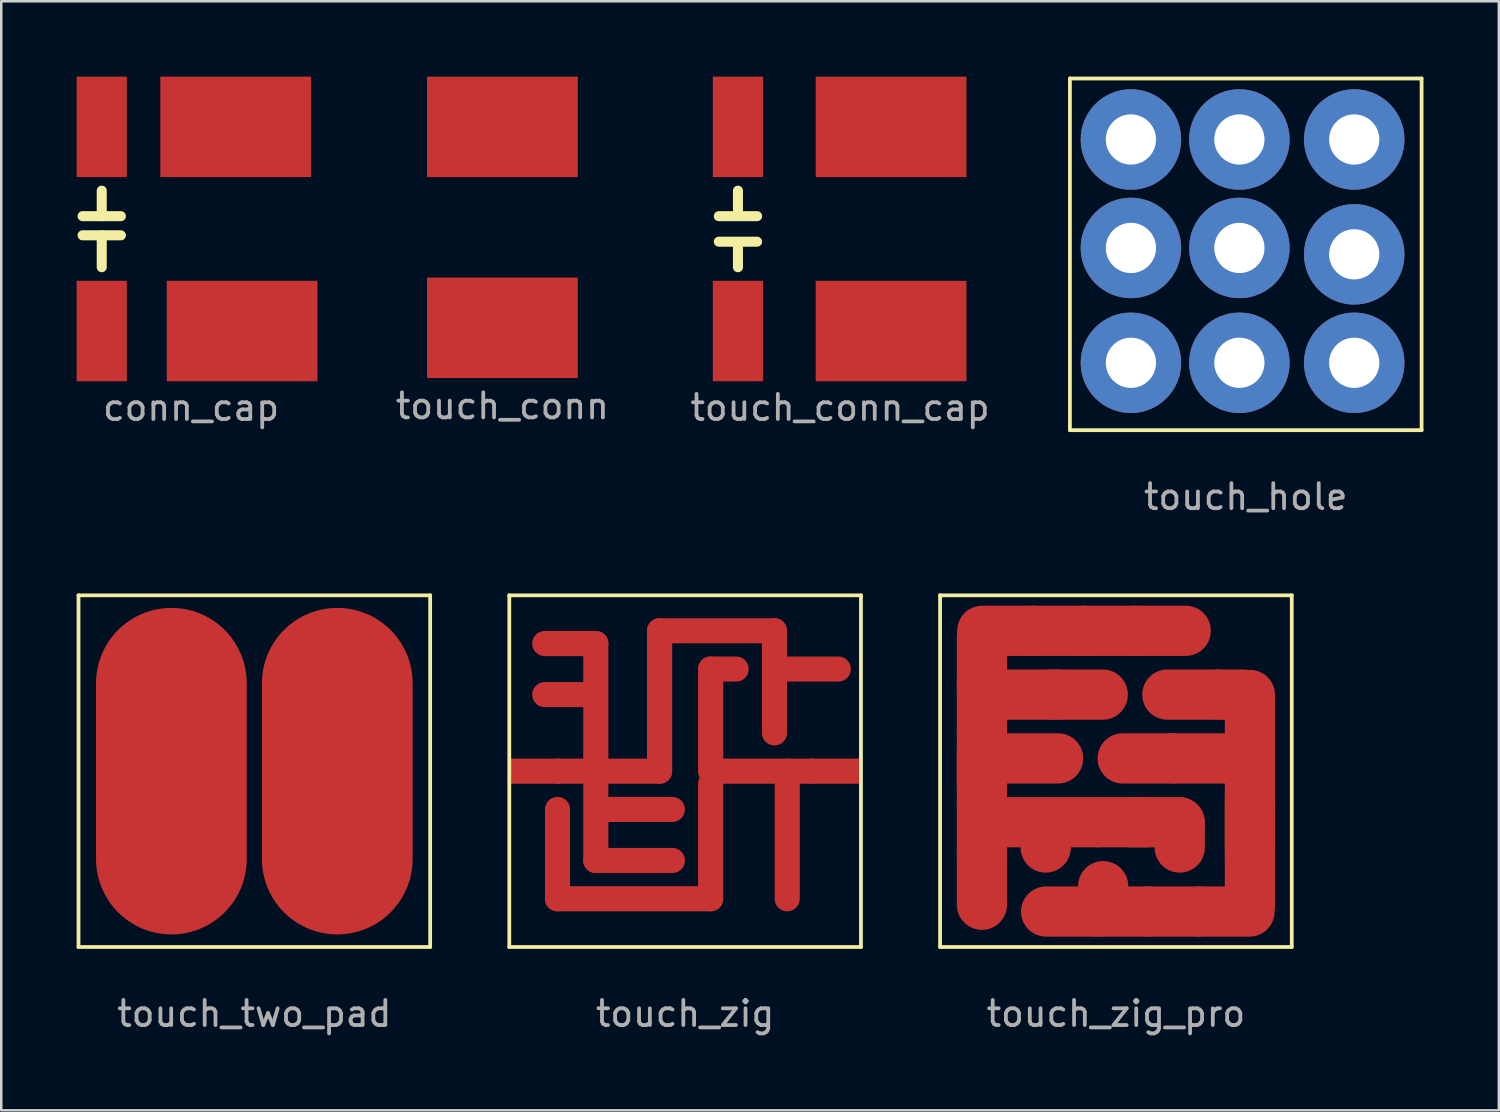
<source format=kicad_pcb>
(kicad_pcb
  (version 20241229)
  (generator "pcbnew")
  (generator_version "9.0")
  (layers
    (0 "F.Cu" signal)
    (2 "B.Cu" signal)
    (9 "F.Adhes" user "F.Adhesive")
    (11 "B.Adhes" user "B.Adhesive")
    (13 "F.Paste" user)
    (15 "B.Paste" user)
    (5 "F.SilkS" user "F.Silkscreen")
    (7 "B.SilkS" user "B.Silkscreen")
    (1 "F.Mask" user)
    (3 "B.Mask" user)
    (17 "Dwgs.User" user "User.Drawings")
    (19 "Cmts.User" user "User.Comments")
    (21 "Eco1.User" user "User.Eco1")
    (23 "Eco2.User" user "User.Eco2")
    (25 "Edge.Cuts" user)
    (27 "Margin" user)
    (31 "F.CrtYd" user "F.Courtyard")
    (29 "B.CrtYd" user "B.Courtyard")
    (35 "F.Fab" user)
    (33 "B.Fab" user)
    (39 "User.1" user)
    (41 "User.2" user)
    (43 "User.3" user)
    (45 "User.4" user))
  (footprint "conn_cap"
    (layer "F.Cu")
    (at 4.556 6.064)
    (property "Reference" "conn_cap" (at 0 7.112 0) (layer "F.Fab") (effects (font (size 1 1) (thickness 0.15))))
    (attr through_hole)
    (fp_line (start -4.318 -0.508) (end -2.794 -0.508) (stroke (width 0.4) (type solid)) (layer "F.SilkS"))
    (fp_line (start -4.318 0.254) (end -2.794 0.254) (stroke (width 0.4) (type solid)) (layer "F.SilkS"))
    (fp_line (start -3.556 -1.524) (end -3.556 -0.508) (stroke (width 0.4) (type solid)) (layer "F.SilkS"))
    (fp_line (start -3.556 0.254) (end -3.556 1.524) (stroke (width 0.4) (type solid)) (layer "F.SilkS"))
    (pad "1" smd rect (at -3.556 -4.064) (size 2 4) (layers "F.Cu" "F.Mask" "F.Paste"))
    (pad "1" smd rect (at 1.778 -4.064) (size 6 4) (layers "F.Cu" "F.Mask" "F.Paste"))
    (pad "2" smd rect (at -3.556 4.064) (size 2 4) (layers "F.Cu" "F.Mask" "F.Paste"))
    (pad "2" smd rect (at 2.032 4.064) (size 6 4) (layers "F.Cu" "F.Mask" "F.Paste")))
  (footprint "touch_zig"
    (layer "F.Cu")
    (at 24.225 27.65)
    (property "Reference" "touch_zig" (at 0 9.652 0) (layer "F.Fab") (effects (font (size 1 1) (thickness 0.15))))
    (attr through_hole)
    (fp_line (start -5.08 0) (end -1.016 0) (stroke (width 1) (type solid)) (layer "F.Cu"))
    (fp_line (start -5.08 5.08) (end -5.08 1.524) (stroke (width 1) (type solid)) (layer "F.Cu"))
    (fp_line (start -4.064 -3.048) (end -5.588 -3.048) (stroke (width 1) (type solid)) (layer "F.Cu"))
    (fp_line (start -3.556 -5.08) (end -5.588 -5.08) (stroke (width 1) (type solid)) (layer "F.Cu"))
    (fp_line (start -3.556 -0.508) (end -3.556 -5.08) (stroke (width 1) (type solid)) (layer "F.Cu"))
    (fp_line (start -3.556 0.508) (end -3.556 3.556) (stroke (width 1) (type solid)) (layer "F.Cu"))
    (fp_line (start -3.556 3.556) (end -0.508 3.556) (stroke (width 1) (type solid)) (layer "F.Cu"))
    (fp_line (start -3.048 1.524) (end -0.508 1.524) (stroke (width 1) (type solid)) (layer "F.Cu"))
    (fp_line (start -1.016 -5.588) (end 3.556 -5.588) (stroke (width 1) (type solid)) (layer "F.Cu"))
    (fp_line (start -1.016 0) (end -1.016 -5.588) (stroke (width 1) (type solid)) (layer "F.Cu"))
    (fp_line (start 1.016 -4.064) (end 2.032 -4.064) (stroke (width 1) (type solid)) (layer "F.Cu"))
    (fp_line (start 1.016 0) (end 1.016 -4.064) (stroke (width 1) (type solid)) (layer "F.Cu"))
    (fp_line (start 1.016 0.508) (end 1.016 5.08) (stroke (width 1) (type solid)) (layer "F.Cu"))
    (fp_line (start 1.016 5.08) (end -5.08 5.08) (stroke (width 1) (type solid)) (layer "F.Cu"))
    (fp_line (start 3.556 -5.588) (end 3.556 -1.524) (stroke (width 1) (type solid)) (layer "F.Cu"))
    (fp_line (start 4.064 -4.064) (end 6.096 -4.064) (stroke (width 1) (type solid)) (layer "F.Cu"))
    (fp_line (start 4.064 0) (end 4.064 5.08) (stroke (width 1) (type solid)) (layer "F.Cu"))
    (fp_line (start 5.08 0) (end 1.016 0) (stroke (width 1) (type solid)) (layer "F.Cu"))
    (fp_line (start -5.08 0) (end -1.016 0) (stroke (width 1) (type solid)) (layer "F.Mask"))
    (fp_line (start -5.08 5.08) (end -5.08 1.524) (stroke (width 1) (type solid)) (layer "F.Mask"))
    (fp_line (start -4.064 -3.048) (end -5.588 -3.048) (stroke (width 1) (type solid)) (layer "F.Mask"))
    (fp_line (start -3.556 -5.08) (end -5.588 -5.08) (stroke (width 1) (type solid)) (layer "F.Mask"))
    (fp_line (start -3.556 -0.508) (end -3.556 -5.08) (stroke (width 1) (type solid)) (layer "F.Mask"))
    (fp_line (start -3.556 0.508) (end -3.556 3.556) (stroke (width 1) (type solid)) (layer "F.Mask"))
    (fp_line (start -3.556 3.556) (end -0.508 3.556) (stroke (width 1) (type solid)) (layer "F.Mask"))
    (fp_line (start -3.048 1.524) (end -0.508 1.524) (stroke (width 1) (type solid)) (layer "F.Mask"))
    (fp_line (start -1.016 -5.588) (end 3.556 -5.588) (stroke (width 1) (type solid)) (layer "F.Mask"))
    (fp_line (start -1.016 0) (end -1.016 -5.588) (stroke (width 1) (type solid)) (layer "F.Mask"))
    (fp_line (start 1.016 -4.064) (end 2.032 -4.064) (stroke (width 1) (type solid)) (layer "F.Mask"))
    (fp_line (start 1.016 0) (end 1.016 -4.064) (stroke (width 1) (type solid)) (layer "F.Mask"))
    (fp_line (start 1.016 0.508) (end 1.016 5.08) (stroke (width 1) (type solid)) (layer "F.Mask"))
    (fp_line (start 1.016 5.08) (end -5.08 5.08) (stroke (width 1) (type solid)) (layer "F.Mask"))
    (fp_line (start 3.556 -5.588) (end 3.556 -1.524) (stroke (width 1) (type solid)) (layer "F.Mask"))
    (fp_line (start 4.064 -4.064) (end 6.096 -4.064) (stroke (width 1) (type solid)) (layer "F.Mask"))
    (fp_line (start 4.064 0) (end 4.064 5.08) (stroke (width 1) (type solid)) (layer "F.Mask"))
    (fp_line (start 5.08 0) (end 1.016 0) (stroke (width 1) (type solid)) (layer "F.Mask"))
    (fp_line (start -7 -7) (end 7 -7) (stroke (width 0.15) (type solid)) (layer "F.SilkS"))
    (fp_line (start -7 7) (end -7 -7) (stroke (width 0.15) (type solid)) (layer "F.SilkS"))
    (fp_line (start -7 7) (end 7 7) (stroke (width 0.15) (type solid)) (layer "F.SilkS"))
    (fp_line (start 7 7) (end 7 -7) (stroke (width 0.15) (type solid)) (layer "F.SilkS"))
    (pad "1" smd rect (at -5.969 0) (size 2 1) (layers "F.Cu" "F.Mask" "F.Paste"))
    (pad "2" smd rect (at 5.969 0) (size 2 1) (layers "F.Cu" "F.Mask" "F.Paste")))
  (footprint "touch_zig_pro"
    (layer "F.Cu")
    (at 41.375 27.65)
    (property "Reference" "touch_zig_pro" (at 0 9.652 0) (layer "F.Fab") (effects (font (size 1 1) (thickness 0.15))))
    (attr through_hole)
    (fp_line (start -7 -7) (end 7 -7) (stroke (width 0.15) (type solid)) (layer "F.SilkS"))
    (fp_line (start -7 7) (end -7 -7) (stroke (width 0.15) (type solid)) (layer "F.SilkS"))
    (fp_line (start -7 7) (end 7 7) (stroke (width 0.15) (type solid)) (layer "F.SilkS"))
    (fp_line (start 7 7) (end 7 -7) (stroke (width 0.15) (type solid)) (layer "F.SilkS"))
    (pad "1" smd oval (at -5.334 -4.318) (size 2 4) (layers "F.Cu" "F.Mask" "F.Paste"))
    (pad "1" smd oval (at -5.334 -2.54) (size 2 4) (layers "F.Cu" "F.Mask" "F.Paste"))
    (pad "1" smd oval (at -5.334 -0.508) (size 2 4) (layers "F.Cu" "F.Mask" "F.Paste"))
    (pad "1" smd oval (at -5.334 0.254) (size 2 4) (layers "F.Cu" "F.Mask" "F.Paste"))
    (pad "1" smd oval (at -5.334 2.286) (size 2 4) (layers "F.Cu" "F.Mask" "F.Paste"))
    (pad "1" smd oval (at -5.334 4.318) (size 2 4) (layers "F.Cu" "F.Mask" "F.Paste"))
    (pad "1" smd oval (at -4.318 -5.588) (size 4 2) (layers "F.Cu" "F.Mask" "F.Paste"))
    (pad "1" smd oval (at -3.81 2.032) (size 4 2) (layers "F.Cu" "F.Mask" "F.Paste"))
    (pad "1" smd oval (at -3.302 -3.048) (size 4 2) (layers "F.Cu" "F.Mask" "F.Paste"))
    (pad "1" smd oval (at -3.302 -0.508) (size 4 2) (layers "F.Cu" "F.Mask" "F.Paste"))
    (pad "1" smd oval (at -2.794 2.54) (size 2 3) (layers "F.Cu" "F.Mask" "F.Paste"))
    (pad "1" smd oval (at -2.286 -5.588) (size 4 2) (layers "F.Cu" "F.Mask" "F.Paste"))
    (pad "1" smd oval (at -1.778 2.032) (size 4 2) (layers "F.Cu" "F.Mask" "F.Paste"))
    (pad "1" smd oval (at -1.524 -3.048) (size 4 2) (layers "F.Cu" "F.Mask" "F.Paste"))
    (pad "1" smd oval (at -0.254 -5.588) (size 4 2) (layers "F.Cu" "F.Mask" "F.Paste"))
    (pad "1" smd oval (at 0.254 2.032) (size 4 2) (layers "F.Cu" "F.Mask" "F.Paste"))
    (pad "1" smd oval (at 1.524 2.032) (size 4 2) (layers "F.Cu" "F.Mask" "F.Paste"))
    (pad "1" smd oval (at 1.778 -5.588) (size 4 2) (layers "F.Cu" "F.Mask" "F.Paste"))
    (pad "1" smd oval (at 2.54 2.54) (size 2 3) (layers "F.Cu" "F.Mask" "F.Paste"))
    (pad "2" smd oval (at -1.778 5.588) (size 4 2) (layers "F.Cu" "F.Mask" "F.Paste"))
    (pad "2" smd oval (at -0.508 5.08) (size 2 3) (layers "F.Cu" "F.Mask" "F.Paste"))
    (pad "2" smd oval (at 0.254 5.588) (size 4 2) (layers "F.Cu" "F.Mask" "F.Paste"))
    (pad "2" smd oval (at 1.27 -0.508) (size 4 2) (layers "F.Cu" "F.Mask" "F.Paste"))
    (pad "2" smd oval (at 2.286 5.588) (size 4 2) (layers "F.Cu" "F.Mask" "F.Paste"))
    (pad "2" smd oval (at 3.048 -3.048) (size 4 2) (layers "F.Cu" "F.Mask" "F.Paste"))
    (pad "2" smd oval (at 3.302 -0.508) (size 4 2) (layers "F.Cu" "F.Mask" "F.Paste"))
    (pad "2" smd oval (at 4.318 5.588) (size 4 2) (layers "F.Cu" "F.Mask" "F.Paste"))
    (pad "2" smd oval (at 4.572 -3.048) (size 3 2) (layers "F.Cu" "F.Mask" "F.Paste"))
    (pad "2" smd oval (at 5.334 -2.032) (size 2 4) (layers "F.Cu" "F.Mask" "F.Paste"))
    (pad "2" smd oval (at 5.334 0) (size 2 4) (layers "F.Cu" "F.Mask" "F.Paste"))
    (pad "2" smd oval (at 5.334 2.032) (size 2 4) (layers "F.Cu" "F.Mask" "F.Paste"))
    (pad "2" smd oval (at 5.334 2.286) (size 2 4) (layers "F.Cu" "F.Mask" "F.Paste"))
    (pad "2" smd oval (at 5.334 4.318) (size 2 4) (layers "F.Cu" "F.Mask" "F.Paste")))
  (footprint "touch_conn"
    (layer "F.Cu")
    (at 16.951 6)
    (property "Reference" "touch_conn" (at 0 7.112 0) (layer "F.Fab") (effects (font (size 1 1) (thickness 0.15))))
    (attr through_hole)
    (pad "1" smd rect (at 0 -4) (size 6 4) (layers "F.Cu" "F.Mask" "F.Paste"))
    (pad "2" smd rect (at 0 4) (size 6 4) (layers "F.Cu" "F.Mask" "F.Paste")))
  (footprint "touch_conn_cap"
    (layer "F.Cu")
    (at 30.392 6.064)
    (property "Reference" "touch_conn_cap" (at 0 7.112 0) (layer "F.Fab") (effects (font (size 1 1) (thickness 0.15))))
    (attr through_hole)
    (fp_line (start -4.826 -0.508) (end -3.302 -0.508) (stroke (width 0.4) (type solid)) (layer "F.SilkS"))
    (fp_line (start -4.826 0.508) (end -3.302 0.508) (stroke (width 0.4) (type solid)) (layer "F.SilkS"))
    (fp_line (start -4.064 -0.762) (end -4.064 -1.524) (stroke (width 0.4) (type solid)) (layer "F.SilkS"))
    (fp_line (start -4.064 0.762) (end -4.064 1.524) (stroke (width 0.4) (type solid)) (layer "F.SilkS"))
    (pad "1" smd rect (at -4.064 -4.064) (size 2 4) (layers "F.Cu" "F.Mask" "F.Paste"))
    (pad "1" smd rect (at 2.032 -4.064) (size 6 4) (layers "F.Cu" "F.Mask" "F.Paste"))
    (pad "2" smd rect (at -4.064 4.064) (size 2 4) (layers "F.Cu" "F.Mask" "F.Paste"))
    (pad "2" smd rect (at 2.032 4.064) (size 6 4) (layers "F.Cu" "F.Mask" "F.Paste")))
  (footprint "touch_two_pad"
    (layer "F.Cu")
    (at 7.075 27.65)
    (property "Reference" "touch_two_pad" (at 0 9.652 0) (layer "F.Fab") (effects (font (size 1 1) (thickness 0.15))))
    (attr through_hole)
    (fp_line (start -7 -7) (end 7 -7) (stroke (width 0.15) (type solid)) (layer "F.SilkS"))
    (fp_line (start -7 7) (end -7 -7) (stroke (width 0.15) (type solid)) (layer "F.SilkS"))
    (fp_line (start -7 7) (end 7 7) (stroke (width 0.15) (type solid)) (layer "F.SilkS"))
    (fp_line (start 7 7) (end 7 -7) (stroke (width 0.15) (type solid)) (layer "F.SilkS"))
    (pad "1" smd oval (at -3.302 0) (size 6 13) (layers "F.Cu" "F.Mask" "F.Paste"))
    (pad "2" smd oval (at 3.302 0) (size 6 13) (layers "F.Cu" "F.Mask" "F.Paste")))
  (footprint "touch_hole"
    (layer "F.Cu")
    (at 46.544 7.075)
    (property "Reference" "touch_hole" (at 0 9.652 0) (layer "F.Fab") (effects (font (size 1 1) (thickness 0.15))))
    (attr through_hole)
    (fp_line (start -7 -7) (end 7 -7) (stroke (width 0.15) (type solid)) (layer "F.SilkS"))
    (fp_line (start -7 7) (end -7 -7) (stroke (width 0.15) (type solid)) (layer "F.SilkS"))
    (fp_line (start -7 7) (end 7 7) (stroke (width 0.15) (type solid)) (layer "F.SilkS"))
    (fp_line (start 7 7) (end 7 -7) (stroke (width 0.15) (type solid)) (layer "F.SilkS"))
    (pad "2" thru_hole circle (at -4.572 -4.572) (size 4 4) (drill 2) (layers "*.Cu" "*.Mask"))
    (pad "2" thru_hole circle (at -4.572 -0.254) (size 4 4) (drill 2) (layers "*.Cu" "*.Mask"))
    (pad "2" thru_hole circle (at -4.572 4.318) (size 4 4) (drill 2) (layers "*.Cu" "*.Mask"))
    (pad "2" thru_hole circle (at -0.254 -4.572) (size 4 4) (drill 2) (layers "*.Cu" "*.Mask"))
    (pad "2" thru_hole circle (at -0.254 -0.254) (size 4 4) (drill 2) (layers "*.Cu" "*.Mask"))
    (pad "2" thru_hole circle (at -0.254 4.318) (size 4 4) (drill 2) (layers "*.Cu" "*.Mask"))
    (pad "2" thru_hole circle (at 4.318 -4.572) (size 4 4) (drill 2) (layers "*.Cu" "*.Mask"))
    (pad "2" thru_hole circle (at 4.318 0) (size 4 4) (drill 2) (layers "*.Cu" "*.Mask"))
    (pad "2" thru_hole circle (at 4.318 4.318) (size 4 4) (drill 2) (layers "*.Cu" "*.Mask")))
  (gr_rect
    (start -3 -3)
    (end 56.619 41.151)
    (stroke (width 0.1) (type default))
    (fill no)
    (layer "Edge.Cuts")))
</source>
